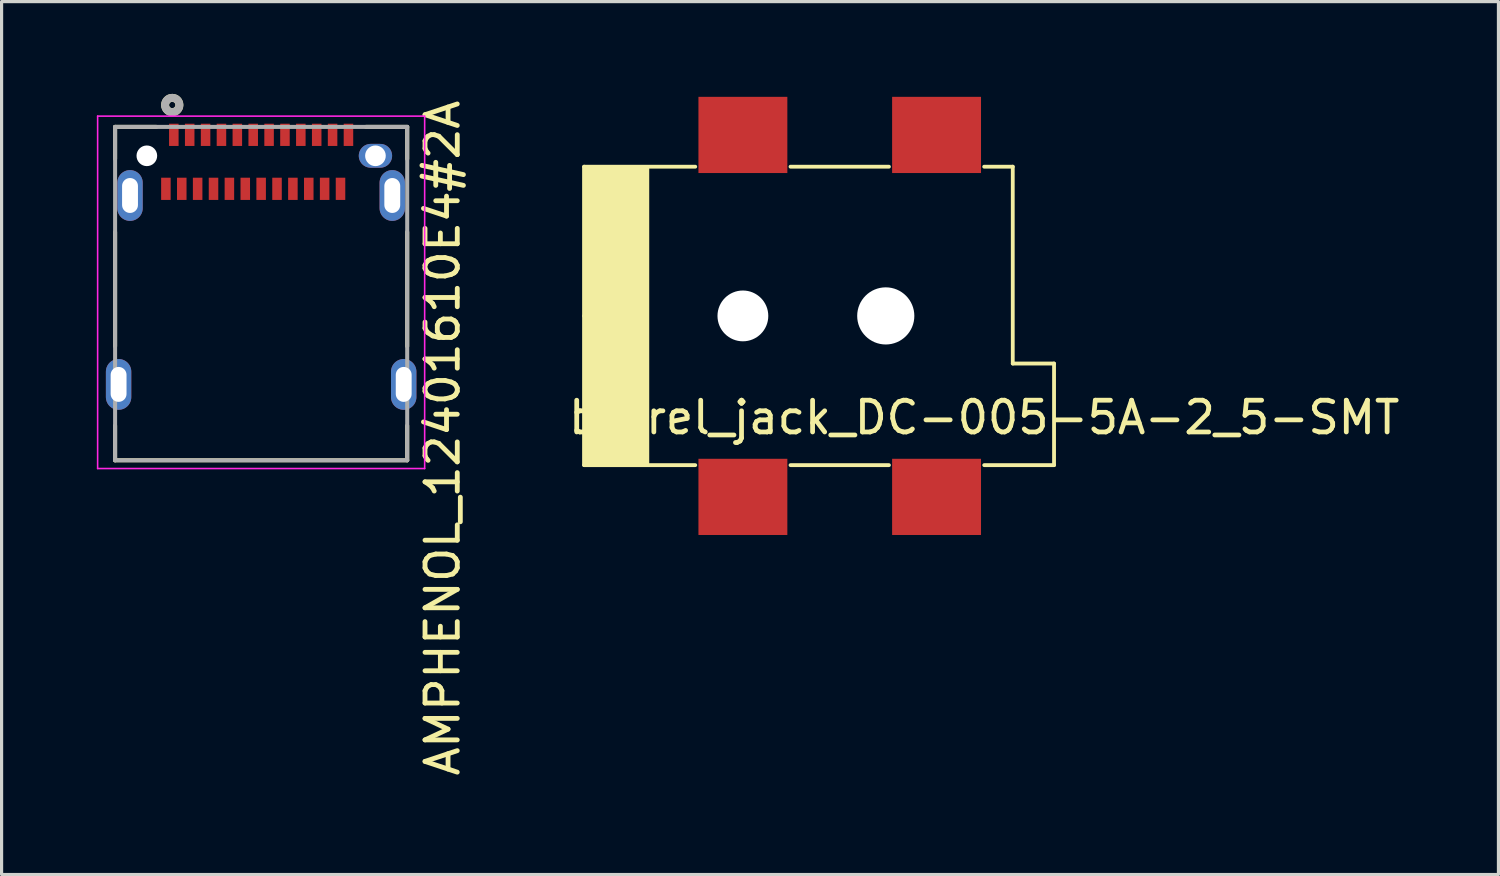
<source format=kicad_pcb>
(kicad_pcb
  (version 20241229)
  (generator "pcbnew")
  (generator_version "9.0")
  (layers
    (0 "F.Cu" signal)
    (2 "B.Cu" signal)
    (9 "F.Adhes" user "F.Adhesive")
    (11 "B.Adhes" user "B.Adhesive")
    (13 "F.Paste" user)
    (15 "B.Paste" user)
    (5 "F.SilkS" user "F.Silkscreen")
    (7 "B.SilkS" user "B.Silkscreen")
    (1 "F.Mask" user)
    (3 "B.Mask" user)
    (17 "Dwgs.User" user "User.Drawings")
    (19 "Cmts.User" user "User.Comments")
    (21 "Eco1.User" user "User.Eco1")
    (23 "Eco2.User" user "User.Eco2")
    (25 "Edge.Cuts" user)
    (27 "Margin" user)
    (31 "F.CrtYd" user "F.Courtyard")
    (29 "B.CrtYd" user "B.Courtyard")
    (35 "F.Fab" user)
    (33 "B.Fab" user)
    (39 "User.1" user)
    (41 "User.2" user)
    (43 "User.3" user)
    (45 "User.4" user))
  (footprint "AMPHENOL_12401610E4#2A"
    (layer "F.Cu")
    (at 5.175 1.857)
    (property "Reference" "AMPHENOL_12401610E4#2A" (at 5.715 8.89 90) (layer "F.SilkS") (effects (font (size 1.016 1.016) (thickness 0.152))))
    (attr through_hole)
    (fp_line (start -4.6 -0.91) (end -4.6 0.1) (stroke (width 0.127) (type solid)) (layer "F.SilkS"))
    (fp_line (start -4.6 2.4) (end -4.6 6) (stroke (width 0.127) (type solid)) (layer "F.SilkS"))
    (fp_line (start -4.6 8.5) (end -4.6 9.59) (stroke (width 0.127) (type solid)) (layer "F.SilkS"))
    (fp_line (start -3.3 -0.91) (end -4.6 -0.91) (stroke (width 0.127) (type solid)) (layer "F.SilkS"))
    (fp_line (start 4.6 -0.91) (end 3.3 -0.91) (stroke (width 0.127) (type solid)) (layer "F.SilkS"))
    (fp_line (start 4.6 -0.91) (end 4.6 0.1) (stroke (width 0.127) (type solid)) (layer "F.SilkS"))
    (fp_line (start 4.6 2.4) (end 4.6 6) (stroke (width 0.127) (type solid)) (layer "F.SilkS"))
    (fp_line (start 4.6 8.5) (end 4.6 9.59) (stroke (width 0.127) (type solid)) (layer "F.SilkS"))
    (fp_line (start 4.6 9.59) (end -4.6 9.59) (stroke (width 0.127) (type solid)) (layer "F.SilkS"))
    (fp_circle (center -2.8 -1.6) (end -2.7 -1.6) (stroke (width 0.25) (type solid)) (fill no) (layer "F.SilkS"))
    (fp_line (start -5.15 -1.25) (end -5.15 9.85) (stroke (width 0.05) (type solid)) (layer "F.CrtYd"))
    (fp_line (start -5.15 9.85) (end 5.15 9.85) (stroke (width 0.05) (type solid)) (layer "F.CrtYd"))
    (fp_line (start 5.15 -1.25) (end -5.15 -1.25) (stroke (width 0.05) (type solid)) (layer "F.CrtYd"))
    (fp_line (start 5.15 9.85) (end 5.15 -1.25) (stroke (width 0.05) (type solid)) (layer "F.CrtYd"))
    (fp_line (start -4.6 -0.91) (end 4.6 -0.91) (stroke (width 0.127) (type solid)) (layer "F.Fab"))
    (fp_line (start -4.6 9.59) (end -4.6 -0.91) (stroke (width 0.127) (type solid)) (layer "F.Fab"))
    (fp_line (start 4.6 -0.91) (end 4.6 9.59) (stroke (width 0.127) (type solid)) (layer "F.Fab"))
    (fp_line (start 4.6 9.59) (end -4.6 9.59) (stroke (width 0.127) (type solid)) (layer "F.Fab"))
    (fp_circle (center -2.8 -1.6) (end -2.7 -1.6) (stroke (width 0.25) (type solid)) (fill no) (layer "F.Fab"))
    (pad "" np_thru_hole circle (at -3.6 0) (size 0.65 0.65) (drill 0.65) (layers "*.Cu" "*.Mask"))
    (pad "" np_thru_hole oval (at 3.6 0) (size 1.05 0.75) (drill 0.65) (layers "*.Cu" "*.Mask"))
    (pad "A1" smd rect (at -2.75 -0.66) (size 0.3 0.7) (layers "F.Cu" "F.Mask" "F.Paste"))
    (pad "A2" smd rect (at -2.25 -0.66) (size 0.3 0.7) (layers "F.Cu" "F.Mask" "F.Paste"))
    (pad "A3" smd rect (at -1.75 -0.66) (size 0.3 0.7) (layers "F.Cu" "F.Mask" "F.Paste"))
    (pad "A4" smd rect (at -1.25 -0.66) (size 0.3 0.7) (layers "F.Cu" "F.Mask" "F.Paste"))
    (pad "A5" smd rect (at -0.75 -0.66) (size 0.3 0.7) (layers "F.Cu" "F.Mask" "F.Paste"))
    (pad "A6" smd rect (at -0.25 -0.66) (size 0.3 0.7) (layers "F.Cu" "F.Mask" "F.Paste"))
    (pad "A7" smd rect (at 0.25 -0.66) (size 0.3 0.7) (layers "F.Cu" "F.Mask" "F.Paste"))
    (pad "A8" smd rect (at 0.75 -0.66) (size 0.3 0.7) (layers "F.Cu" "F.Mask" "F.Paste"))
    (pad "A9" smd rect (at 1.25 -0.66) (size 0.3 0.7) (layers "F.Cu" "F.Mask" "F.Paste"))
    (pad "A10" smd rect (at 1.75 -0.66) (size 0.3 0.7) (layers "F.Cu" "F.Mask" "F.Paste"))
    (pad "A11" smd rect (at 2.25 -0.66) (size 0.3 0.7) (layers "F.Cu" "F.Mask" "F.Paste"))
    (pad "A12" smd rect (at 2.75 -0.66) (size 0.3 0.7) (layers "F.Cu" "F.Mask" "F.Paste"))
    (pad "B1" smd rect (at 2.5 1.04) (size 0.3 0.7) (layers "F.Cu" "F.Mask" "F.Paste"))
    (pad "B2" smd rect (at 2 1.04) (size 0.3 0.7) (layers "F.Cu" "F.Mask" "F.Paste"))
    (pad "B3" smd rect (at 1.5 1.04) (size 0.3 0.7) (layers "F.Cu" "F.Mask" "F.Paste"))
    (pad "B4" smd rect (at 1 1.04) (size 0.3 0.7) (layers "F.Cu" "F.Mask" "F.Paste"))
    (pad "B5" smd rect (at 0.5 1.04) (size 0.3 0.7) (layers "F.Cu" "F.Mask" "F.Paste"))
    (pad "B6" smd rect (at 0 1.04) (size 0.3 0.7) (layers "F.Cu" "F.Mask" "F.Paste"))
    (pad "B7" smd rect (at -0.5 1.04) (size 0.3 0.7) (layers "F.Cu" "F.Mask" "F.Paste"))
    (pad "B8" smd rect (at -1 1.04) (size 0.3 0.7) (layers "F.Cu" "F.Mask" "F.Paste"))
    (pad "B9" smd rect (at -1.5 1.04) (size 0.3 0.7) (layers "F.Cu" "F.Mask" "F.Paste"))
    (pad "B10" smd rect (at -2 1.04) (size 0.3 0.7) (layers "F.Cu" "F.Mask" "F.Paste"))
    (pad "B11" smd rect (at -2.5 1.04) (size 0.3 0.7) (layers "F.Cu" "F.Mask" "F.Paste"))
    (pad "B12" smd rect (at -3 1.04) (size 0.3 0.7) (layers "F.Cu" "F.Mask" "F.Paste"))
    (pad "S1" thru_hole oval (at -4.49 7.2) (size 0.8 1.6) (drill oval 0.5 1.1) (layers "*.Cu" "*.Mask"))
    (pad "S1" thru_hole oval (at -4.13 1.25) (size 0.8 1.6) (drill oval 0.5 1.1) (layers "*.Cu" "*.Mask"))
    (pad "S1" thru_hole oval (at 4.13 1.25) (size 0.8 1.6) (drill oval 0.5 1.1) (layers "*.Cu" "*.Mask"))
    (pad "S1" thru_hole oval (at 4.49 7.2) (size 0.8 1.6) (drill oval 0.5 1.1) (layers "*.Cu" "*.Mask")))
  (footprint "barrel_jack_DC-005-5A-2_5-SMT"
    (layer "F.Cu")
    (at 15.348 6.9)
    (property "Reference" "barrel_jack_DC-005-5A-2_5-SMT" (at 12.6 3.2 0) (layer "F.SilkS") (effects (font (size 1 1) (thickness 0.15))))
    (attr through_hole)
    (fp_line (start 0 0) (end 0 -4.7) (stroke (width 0.12) (type solid)) (layer "F.SilkS"))
    (fp_line (start 0 4.7) (end 0 0) (stroke (width 0.12) (type solid)) (layer "F.SilkS"))
    (fp_line (start 3.5 -4.7) (end 0 -4.7) (stroke (width 0.12) (type solid)) (layer "F.SilkS"))
    (fp_line (start 3.5 4.7) (end 0 4.7) (stroke (width 0.12) (type solid)) (layer "F.SilkS"))
    (fp_line (start 9.6 -4.7) (end 6.5 -4.7) (stroke (width 0.12) (type solid)) (layer "F.SilkS"))
    (fp_line (start 9.6 4.7) (end 6.5 4.7) (stroke (width 0.12) (type solid)) (layer "F.SilkS"))
    (fp_line (start 12.6 -4.7) (end 13.5 -4.7) (stroke (width 0.12) (type solid)) (layer "F.SilkS"))
    (fp_line (start 13.5 1.5) (end 13.5 -4.7) (stroke (width 0.12) (type solid)) (layer "F.SilkS"))
    (fp_line (start 14.8 1.5) (end 13.5 1.5) (stroke (width 0.12) (type solid)) (layer "F.SilkS"))
    (fp_line (start 14.8 1.5) (end 14.8 4.7) (stroke (width 0.12) (type solid)) (layer "F.SilkS"))
    (fp_line (start 14.8 4.7) (end 12.6 4.7) (stroke (width 0.12) (type solid)) (layer "F.SilkS"))
    (fp_poly (pts (xy 2 4.7) (xy 0 4.7) (xy 0 -4.7) (xy 2 -4.7)) (stroke (width 0.1) (type solid)) (fill yes) (layer "F.SilkS"))
    (pad "" np_thru_hole circle (at 5 0) (size 1.6 1.6) (drill 1.6) (layers "*.Cu" "*.Mask"))
    (pad "" np_thru_hole circle (at 9.5 0) (size 1.8 1.8) (drill 1.8) (layers "*.Cu" "*.Mask"))
    (pad "1" smd rect (at 5 -5.7) (size 2.8 2.4) (layers "F.Cu" "F.Mask" "F.Paste"))
    (pad "1" smd rect (at 11.1 -5.7) (size 2.8 2.4) (layers "F.Cu" "F.Mask" "F.Paste"))
    (pad "2" smd rect (at 5 5.7) (size 2.8 2.4) (layers "F.Cu" "F.Mask" "F.Paste"))
    (pad "3" smd rect (at 11.1 5.7) (size 2.8 2.4) (layers "F.Cu" "F.Mask" "F.Paste")))
  (gr_rect
    (start -3 -3)
    (end 44.145 24.493)
    (stroke (width 0.1) (type default))
    (fill no)
    (layer "Edge.Cuts")))
</source>
